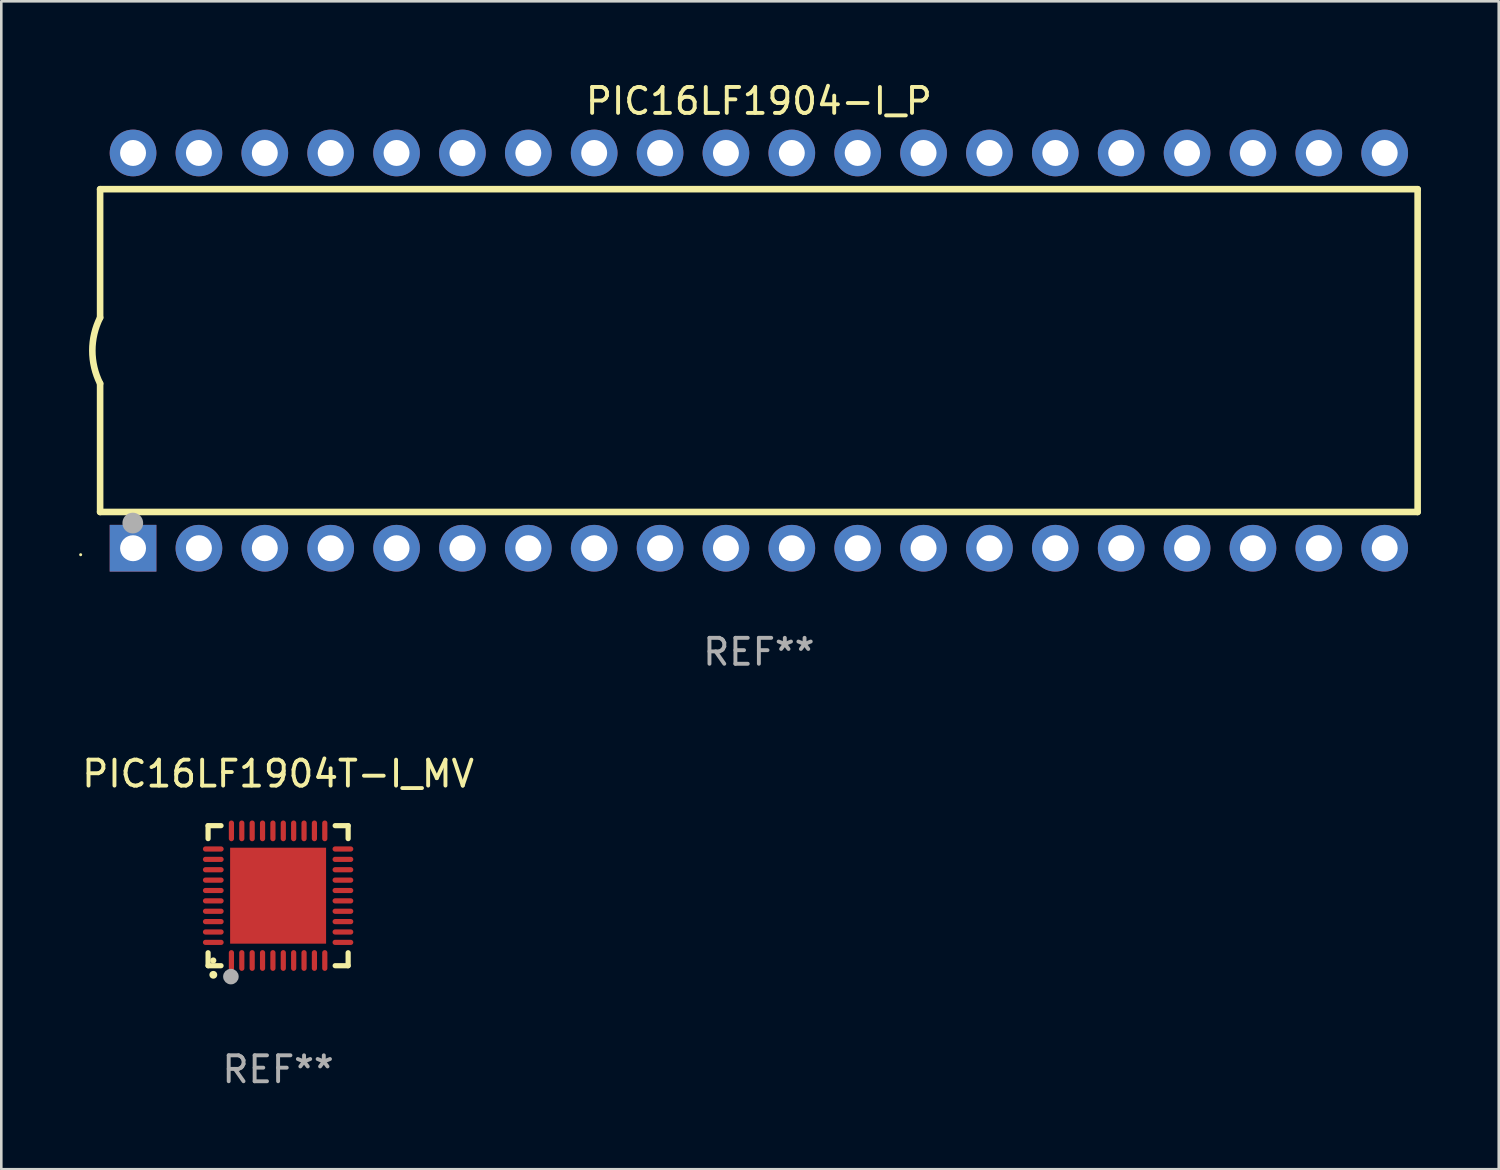
<source format=kicad_pcb>
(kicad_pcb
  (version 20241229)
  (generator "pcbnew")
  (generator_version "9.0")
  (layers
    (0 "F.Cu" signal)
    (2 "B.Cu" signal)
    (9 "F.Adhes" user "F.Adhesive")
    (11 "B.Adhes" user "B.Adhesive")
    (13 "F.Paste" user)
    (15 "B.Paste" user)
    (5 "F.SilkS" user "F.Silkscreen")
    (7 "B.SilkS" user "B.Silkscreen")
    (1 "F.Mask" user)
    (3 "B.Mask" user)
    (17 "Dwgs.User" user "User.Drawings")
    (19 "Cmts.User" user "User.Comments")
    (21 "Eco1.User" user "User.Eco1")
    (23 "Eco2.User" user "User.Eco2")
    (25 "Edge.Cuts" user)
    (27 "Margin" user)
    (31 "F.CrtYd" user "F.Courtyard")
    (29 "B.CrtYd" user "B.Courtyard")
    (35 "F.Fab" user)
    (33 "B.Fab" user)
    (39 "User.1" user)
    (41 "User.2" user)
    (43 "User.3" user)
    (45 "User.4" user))
  (footprint "PIC16LF1904-I_P"
    (layer "F.Cu")
    (at 26.21 10.468)
    (property "Reference" "PIC16LF1904-I_P" (at 0 -9.62 0) (layer "F.SilkS") (effects (font (size 1 1) (thickness 0.15))))
    (attr through_hole)
    (fp_line (start -25.4 -6.224) (end -25.4 -1.271) (stroke (width 0.254) (type solid)) (layer "F.SilkS"))
    (fp_line (start -25.4 -6.224) (end 25.4 -6.224) (stroke (width 0.254) (type solid)) (layer "F.SilkS"))
    (fp_line (start -25.4 1.269) (end -25.4 6.222) (stroke (width 0.254) (type solid)) (layer "F.SilkS"))
    (fp_line (start -25.4 6.222) (end 25.4 6.222) (stroke (width 0.254) (type solid)) (layer "F.SilkS"))
    (fp_line (start 25.4 6.222) (end 25.4 -6.224) (stroke (width 0.254) (type solid)) (layer "F.SilkS"))
    (fp_arc (start -25.4 1.269241) (mid -25.699807 -0.000762) (end -25.4 -1.270765) (stroke (width 0.254001) (type solid)) (layer "F.SilkS"))
    (fp_circle (center -26.15 7.87) (end -26.12 7.87) (stroke (width 0.06) (type solid)) (fill no) (layer "F.SilkS"))
    (fp_circle (center -24.14 6.65) (end -23.94 6.65) (stroke (width 0.4) (type solid)) (fill no) (layer "F.Fab"))
    (fp_text user "REF**" (at 0 11.62 0) (layer "F.Fab") (effects (font (size 1 1) (thickness 0.15))))
    (pad "1" thru_hole rect (at -24.13 7.62 90) (size 1.8 1.8) (drill 1) (layers "*.Cu" "*.Mask"))
    (pad "2" thru_hole circle (at -21.59 7.62) (size 1.8 1.8) (drill 1) (layers "*.Cu" "*.Mask"))
    (pad "3" thru_hole circle (at -19.05 7.62) (size 1.8 1.8) (drill 1) (layers "*.Cu" "*.Mask"))
    (pad "4" thru_hole circle (at -16.51 7.62) (size 1.8 1.8) (drill 1) (layers "*.Cu" "*.Mask"))
    (pad "5" thru_hole circle (at -13.97 7.62) (size 1.8 1.8) (drill 1) (layers "*.Cu" "*.Mask"))
    (pad "6" thru_hole circle (at -11.43 7.62) (size 1.8 1.8) (drill 1) (layers "*.Cu" "*.Mask"))
    (pad "7" thru_hole circle (at -8.89 7.62) (size 1.8 1.8) (drill 1) (layers "*.Cu" "*.Mask"))
    (pad "8" thru_hole circle (at -6.35 7.62) (size 1.8 1.8) (drill 1) (layers "*.Cu" "*.Mask"))
    (pad "9" thru_hole circle (at -3.81 7.62) (size 1.8 1.8) (drill 1) (layers "*.Cu" "*.Mask"))
    (pad "10" thru_hole circle (at -1.27 7.62) (size 1.8 1.8) (drill 1) (layers "*.Cu" "*.Mask"))
    (pad "11" thru_hole circle (at 1.27 7.62) (size 1.8 1.8) (drill 1) (layers "*.Cu" "*.Mask"))
    (pad "12" thru_hole circle (at 3.81 7.62) (size 1.8 1.8) (drill 1) (layers "*.Cu" "*.Mask"))
    (pad "13" thru_hole circle (at 6.35 7.62) (size 1.8 1.8) (drill 1) (layers "*.Cu" "*.Mask"))
    (pad "14" thru_hole circle (at 8.89 7.62) (size 1.8 1.8) (drill 1) (layers "*.Cu" "*.Mask"))
    (pad "15" thru_hole circle (at 11.43 7.62) (size 1.8 1.8) (drill 1) (layers "*.Cu" "*.Mask"))
    (pad "16" thru_hole circle (at 13.97 7.62) (size 1.8 1.8) (drill 1) (layers "*.Cu" "*.Mask"))
    (pad "17" thru_hole circle (at 16.51 7.62) (size 1.8 1.8) (drill 1) (layers "*.Cu" "*.Mask"))
    (pad "18" thru_hole circle (at 19.05 7.62) (size 1.8 1.8) (drill 1) (layers "*.Cu" "*.Mask"))
    (pad "19" thru_hole circle (at 21.59 7.62) (size 1.8 1.8) (drill 1) (layers "*.Cu" "*.Mask"))
    (pad "20" thru_hole circle (at 24.13 7.62) (size 1.8 1.8) (drill 1) (layers "*.Cu" "*.Mask"))
    (pad "21" thru_hole circle (at 24.13 -7.62) (size 1.8 1.8) (drill 1) (layers "*.Cu" "*.Mask"))
    (pad "22" thru_hole circle (at 21.59 -7.62) (size 1.8 1.8) (drill 1) (layers "*.Cu" "*.Mask"))
    (pad "23" thru_hole circle (at 19.05 -7.62) (size 1.8 1.8) (drill 1) (layers "*.Cu" "*.Mask"))
    (pad "24" thru_hole circle (at 16.51 -7.62) (size 1.8 1.8) (drill 1) (layers "*.Cu" "*.Mask"))
    (pad "25" thru_hole circle (at 13.97 -7.62) (size 1.8 1.8) (drill 1) (layers "*.Cu" "*.Mask"))
    (pad "26" thru_hole circle (at 11.43 -7.62) (size 1.8 1.8) (drill 1) (layers "*.Cu" "*.Mask"))
    (pad "27" thru_hole circle (at 8.89 -7.62) (size 1.8 1.8) (drill 1) (layers "*.Cu" "*.Mask"))
    (pad "28" thru_hole circle (at 6.35 -7.62) (size 1.8 1.8) (drill 1) (layers "*.Cu" "*.Mask"))
    (pad "29" thru_hole circle (at 3.81 -7.62) (size 1.8 1.8) (drill 1) (layers "*.Cu" "*.Mask"))
    (pad "30" thru_hole circle (at 1.27 -7.62) (size 1.8 1.8) (drill 1) (layers "*.Cu" "*.Mask"))
    (pad "31" thru_hole circle (at -1.27 -7.62) (size 1.8 1.8) (drill 1) (layers "*.Cu" "*.Mask"))
    (pad "32" thru_hole circle (at -3.81 -7.62) (size 1.8 1.8) (drill 1) (layers "*.Cu" "*.Mask"))
    (pad "33" thru_hole circle (at -6.35 -7.62) (size 1.8 1.8) (drill 1) (layers "*.Cu" "*.Mask"))
    (pad "34" thru_hole circle (at -8.89 -7.62) (size 1.8 1.8) (drill 1) (layers "*.Cu" "*.Mask"))
    (pad "35" thru_hole circle (at -11.43 -7.62) (size 1.8 1.8) (drill 1) (layers "*.Cu" "*.Mask"))
    (pad "36" thru_hole circle (at -13.97 -7.62) (size 1.8 1.8) (drill 1) (layers "*.Cu" "*.Mask"))
    (pad "37" thru_hole circle (at -16.51 -7.62) (size 1.8 1.8) (drill 1) (layers "*.Cu" "*.Mask"))
    (pad "38" thru_hole circle (at -19.05 -7.62) (size 1.8 1.8) (drill 1) (layers "*.Cu" "*.Mask"))
    (pad "39" thru_hole circle (at -21.59 -7.62) (size 1.8 1.8) (drill 1) (layers "*.Cu" "*.Mask"))
    (pad "40" thru_hole circle (at -24.13 -7.62) (size 1.8 1.8) (drill 1) (layers "*.Cu" "*.Mask")))
  (footprint "PIC16LF1904T-I_MV"
    (layer "F.Cu")
    (at 7.673 31.485)
    (property "Reference" "PIC16LF1904T-I_MV" (at 0 -4.7 0) (layer "F.SilkS") (effects (font (size 1 1) (thickness 0.15))))
    (attr through_hole)
    (fp_line (start -2.7 -2.7) (end -2.7 -2.2) (stroke (width 0.2) (type solid)) (layer "F.SilkS"))
    (fp_line (start -2.7 2.7) (end -2.7 2.2) (stroke (width 0.2) (type solid)) (layer "F.SilkS"))
    (fp_line (start -2.2 -2.7) (end -2.7 -2.7) (stroke (width 0.2) (type solid)) (layer "F.SilkS"))
    (fp_line (start -2.2 2.7) (end -2.7 2.7) (stroke (width 0.2) (type solid)) (layer "F.SilkS"))
    (fp_line (start 2.7 -2.7) (end 2.2 -2.7) (stroke (width 0.2) (type solid)) (layer "F.SilkS"))
    (fp_line (start 2.7 -2.2) (end 2.7 -2.7) (stroke (width 0.2) (type solid)) (layer "F.SilkS"))
    (fp_line (start 2.7 2.2) (end 2.7 2.7) (stroke (width 0.2) (type solid)) (layer "F.SilkS"))
    (fp_line (start 2.7 2.7) (end 2.2 2.7) (stroke (width 0.2) (type solid)) (layer "F.SilkS"))
    (fp_arc (start -2.499365 3.050546) (mid -2.498095 3.050541) (end -2.496825 3.050546) (stroke (width 0.3) (type solid)) (layer "F.SilkS"))
    (fp_circle (center -2.5 2.5) (end -2.44 2.5) (stroke (width 0.12) (type solid)) (fill no) (layer "F.SilkS"))
    (fp_circle (center -1.82 3.12) (end -1.67 3.12) (stroke (width 0.3) (type solid)) (fill no) (layer "F.Fab"))
    (fp_text user "REF**" (at 0 6.7 0) (layer "F.Fab") (effects (font (size 1 1) (thickness 0.15))))
    (pad "1" smd oval (at -1.8 2.499) (size 0.2 0.8) (layers "F.Cu" "F.Mask" "F.Paste"))
    (pad "2" smd oval (at -1.4 2.499) (size 0.2 0.8) (layers "F.Cu" "F.Mask" "F.Paste"))
    (pad "3" smd oval (at -1 2.499) (size 0.2 0.8) (layers "F.Cu" "F.Mask" "F.Paste"))
    (pad "4" smd oval (at -0.6 2.499) (size 0.2 0.8) (layers "F.Cu" "F.Mask" "F.Paste"))
    (pad "5" smd oval (at -0.2 2.499) (size 0.2 0.8) (layers "F.Cu" "F.Mask" "F.Paste"))
    (pad "6" smd oval (at 0.2 2.499) (size 0.2 0.8) (layers "F.Cu" "F.Mask" "F.Paste"))
    (pad "7" smd oval (at 0.6 2.499) (size 0.2 0.8) (layers "F.Cu" "F.Mask" "F.Paste"))
    (pad "8" smd oval (at 1 2.499) (size 0.2 0.8) (layers "F.Cu" "F.Mask" "F.Paste"))
    (pad "9" smd oval (at 1.4 2.499) (size 0.2 0.8) (layers "F.Cu" "F.Mask" "F.Paste"))
    (pad "10" smd oval (at 1.8 2.499) (size 0.2 0.8) (layers "F.Cu" "F.Mask" "F.Paste"))
    (pad "11" smd oval (at 2.499 1.8) (size 0.8 0.2) (layers "F.Cu" "F.Mask" "F.Paste"))
    (pad "12" smd oval (at 2.499 1.4) (size 0.8 0.2) (layers "F.Cu" "F.Mask" "F.Paste"))
    (pad "13" smd oval (at 2.499 1) (size 0.8 0.2) (layers "F.Cu" "F.Mask" "F.Paste"))
    (pad "14" smd oval (at 2.499 0.6) (size 0.8 0.2) (layers "F.Cu" "F.Mask" "F.Paste"))
    (pad "15" smd oval (at 2.499 0.2) (size 0.8 0.2) (layers "F.Cu" "F.Mask" "F.Paste"))
    (pad "16" smd oval (at 2.499 -0.2) (size 0.8 0.2) (layers "F.Cu" "F.Mask" "F.Paste"))
    (pad "17" smd oval (at 2.499 -0.6) (size 0.8 0.2) (layers "F.Cu" "F.Mask" "F.Paste"))
    (pad "18" smd oval (at 2.499 -1) (size 0.8 0.2) (layers "F.Cu" "F.Mask" "F.Paste"))
    (pad "19" smd oval (at 2.499 -1.4) (size 0.8 0.2) (layers "F.Cu" "F.Mask" "F.Paste"))
    (pad "20" smd oval (at 2.499 -1.8) (size 0.8 0.2) (layers "F.Cu" "F.Mask" "F.Paste"))
    (pad "21" smd oval (at 1.8 -2.499) (size 0.2 0.8) (layers "F.Cu" "F.Mask" "F.Paste"))
    (pad "22" smd oval (at 1.4 -2.499) (size 0.2 0.8) (layers "F.Cu" "F.Mask" "F.Paste"))
    (pad "23" smd oval (at 1 -2.499) (size 0.2 0.8) (layers "F.Cu" "F.Mask" "F.Paste"))
    (pad "24" smd oval (at 0.6 -2.499) (size 0.2 0.8) (layers "F.Cu" "F.Mask" "F.Paste"))
    (pad "25" smd oval (at 0.2 -2.499) (size 0.2 0.8) (layers "F.Cu" "F.Mask" "F.Paste"))
    (pad "26" smd oval (at -0.2 -2.499) (size 0.2 0.8) (layers "F.Cu" "F.Mask" "F.Paste"))
    (pad "27" smd oval (at -0.6 -2.499) (size 0.2 0.8) (layers "F.Cu" "F.Mask" "F.Paste"))
    (pad "28" smd oval (at -1 -2.499) (size 0.2 0.8) (layers "F.Cu" "F.Mask" "F.Paste"))
    (pad "29" smd oval (at -1.4 -2.499) (size 0.2 0.8) (layers "F.Cu" "F.Mask" "F.Paste"))
    (pad "30" smd oval (at -1.8 -2.499) (size 0.2 0.8) (layers "F.Cu" "F.Mask" "F.Paste"))
    (pad "31" smd oval (at -2.499 -1.8) (size 0.8 0.2) (layers "F.Cu" "F.Mask" "F.Paste"))
    (pad "32" smd oval (at -2.499 -1.4) (size 0.8 0.2) (layers "F.Cu" "F.Mask" "F.Paste"))
    (pad "33" smd oval (at -2.499 -1) (size 0.8 0.2) (layers "F.Cu" "F.Mask" "F.Paste"))
    (pad "34" smd oval (at -2.499 -0.6) (size 0.8 0.2) (layers "F.Cu" "F.Mask" "F.Paste"))
    (pad "35" smd oval (at -2.499 -0.2) (size 0.8 0.2) (layers "F.Cu" "F.Mask" "F.Paste"))
    (pad "36" smd oval (at -2.499 0.2) (size 0.8 0.2) (layers "F.Cu" "F.Mask" "F.Paste"))
    (pad "37" smd oval (at -2.499 0.6) (size 0.8 0.2) (layers "F.Cu" "F.Mask" "F.Paste"))
    (pad "38" smd oval (at -2.499 1) (size 0.8 0.2) (layers "F.Cu" "F.Mask" "F.Paste"))
    (pad "39" smd oval (at -2.499 1.4) (size 0.8 0.2) (layers "F.Cu" "F.Mask" "F.Paste"))
    (pad "40" smd oval (at -2.499 1.8) (size 0.8 0.2) (layers "F.Cu" "F.Mask" "F.Paste"))
    (pad "41" smd rect (at 0 0) (size 3.7 3.7) (layers "F.Cu" "F.Mask" "F.Paste")))
  (gr_rect
    (start -3 -3)
    (end 54.737 42.033)
    (stroke (width 0.1) (type default))
    (fill no)
    (layer "Edge.Cuts")))
</source>
